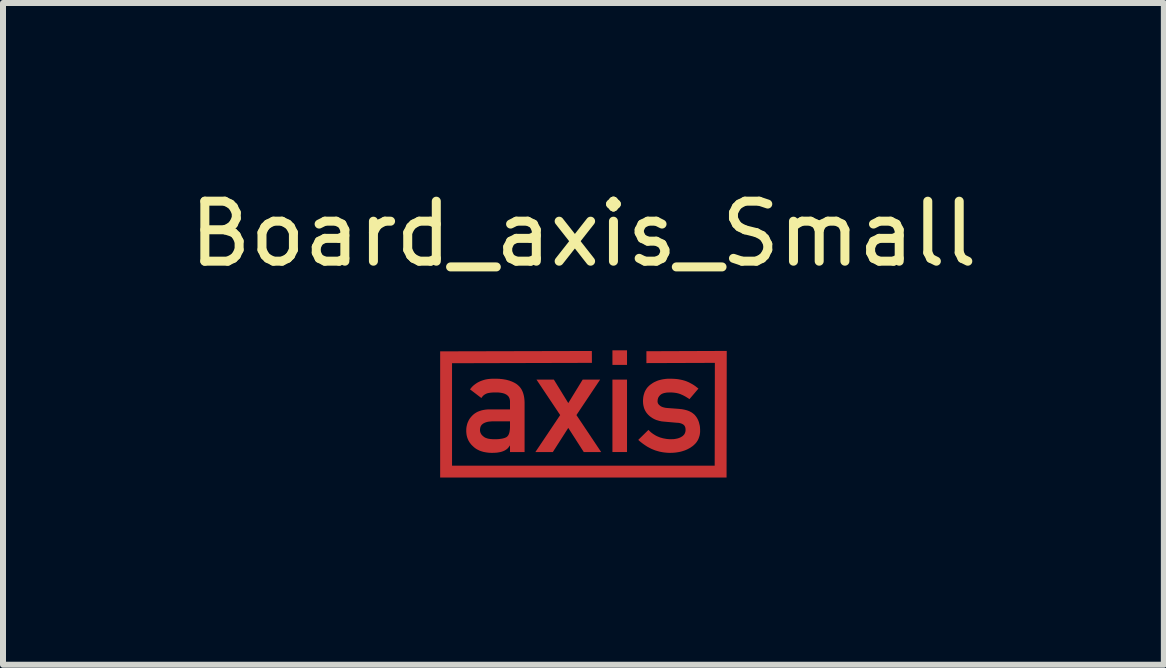
<source format=kicad_pcb>
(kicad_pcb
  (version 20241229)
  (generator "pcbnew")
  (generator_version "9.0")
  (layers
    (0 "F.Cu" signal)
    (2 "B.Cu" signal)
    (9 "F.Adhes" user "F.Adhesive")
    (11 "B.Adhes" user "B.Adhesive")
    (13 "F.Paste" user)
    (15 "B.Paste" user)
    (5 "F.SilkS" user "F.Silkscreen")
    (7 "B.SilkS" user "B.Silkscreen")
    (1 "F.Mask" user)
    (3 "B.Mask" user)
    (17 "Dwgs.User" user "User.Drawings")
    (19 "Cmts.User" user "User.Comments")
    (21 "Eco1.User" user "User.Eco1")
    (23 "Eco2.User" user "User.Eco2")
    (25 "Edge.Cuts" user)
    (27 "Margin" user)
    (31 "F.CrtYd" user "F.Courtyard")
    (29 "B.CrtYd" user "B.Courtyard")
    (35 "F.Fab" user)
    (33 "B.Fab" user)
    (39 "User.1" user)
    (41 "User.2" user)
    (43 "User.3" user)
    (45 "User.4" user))
  (footprint "Board_axis_Small"
    (layer "F.Cu")
    (at 6.673 3.848)
    (property "Reference" "Board_axis_Small" (at 0 -3 0) (unlocked yes) (layer "F.SilkS") (effects (font (size 1 1) (thickness 0.15))))
    (attr exclude_from_pos_files exclude_from_bom allow_missing_courtyard)
    (fp_poly (pts (xy 0.726 -0.817) (xy 0.483 -0.817) (xy 0.483 -1.06) (xy 0.726 -1.06)) (stroke (width 0) (type solid)) (fill yes) (layer "F.Cu"))
    (fp_poly (pts (xy 0.726 0.635) (xy 0.483 0.635) (xy 0.483 -0.572) (xy 0.726 -0.572)) (stroke (width 0) (type solid)) (fill yes) (layer "F.Cu"))
    (fp_poly (pts (xy -0.253 -0.181) (xy -0.013 -0.572) (xy 0.278 -0.572) (xy -0.117 0.019) (xy 0.295 0.635) (xy 0.005 0.635) (xy -0.253 0.233) (xy -0.51 0.635) (xy -0.801 0.635) (xy -0.388 0.019) (xy -0.783 -0.572) (xy -0.493 -0.572)) (stroke (width 0) (type solid)) (fill yes) (layer "F.Cu"))
    (fp_poly (pts (xy 2.385 1.06) (xy -2.388 1.06) (xy -2.388 -1.043) (xy 0.14 -1.049) (xy 0.141 -0.851) (xy -2.19 -0.845) (xy -2.19 0.862) (xy 2.187 0.862) (xy 2.19 -0.851) (xy 1.049 -0.847) (xy 1.049 -1.045) (xy 2.388 -1.05)) (stroke (width 0) (type solid)) (fill yes) (layer "F.Cu"))
    (fp_poly (pts (xy -1.455 -0.587) (xy -1.428 -0.586) (xy -1.401 -0.585) (xy -1.375 -0.582) (xy -1.35 -0.58) (xy -1.325 -0.576) (xy -1.301 -0.572) (xy -1.278 -0.567) (xy -1.256 -0.561) (xy -1.234 -0.555) (xy -1.213 -0.547) (xy -1.193 -0.54) (xy -1.174 -0.531) (xy -1.155 -0.522) (xy -1.137 -0.512) (xy -1.119 -0.501) (xy -1.103 -0.489) (xy -1.088 -0.476) (xy -1.073 -0.462) (xy -1.06 -0.448) (xy -1.048 -0.432) (xy -1.036 -0.415) (xy -1.026 -0.397) (xy -1.017 -0.378) (xy -1.009 -0.358) (xy -1.002 -0.337) (xy -0.996 -0.315) (xy -0.991 -0.292) (xy -0.987 -0.268) (xy -0.984 -0.243) (xy -0.982 -0.216) (xy -0.981 -0.189) (xy -0.981 0.635) (xy -1.224 0.635) (xy -1.224 0.528) (xy -1.229 0.528) (xy -1.233 0.536) (xy -1.238 0.543) (xy -1.243 0.55) (xy -1.248 0.557) (xy -1.253 0.563) (xy -1.259 0.57) (xy -1.265 0.576) (xy -1.272 0.581) (xy -1.278 0.587) (xy -1.285 0.592) (xy -1.293 0.597) (xy -1.3 0.602) (xy -1.308 0.607) (xy -1.316 0.611) (xy -1.325 0.615) (xy -1.333 0.619) (xy -1.342 0.622) (xy -1.352 0.626) (xy -1.361 0.629) (xy -1.372 0.632) (xy -1.382 0.635) (xy -1.393 0.637) (xy -1.405 0.639) (xy -1.416 0.641) (xy -1.441 0.645) (xy -1.468 0.647) (xy -1.496 0.648) (xy -1.526 0.649) (xy -1.551 0.648) (xy -1.575 0.647) (xy -1.599 0.644) (xy -1.622 0.641) (xy -1.644 0.637) (xy -1.665 0.633) (xy -1.686 0.627) (xy -1.705 0.621) (xy -1.725 0.614) (xy -1.743 0.606) (xy -1.761 0.597) (xy -1.778 0.588) (xy -1.794 0.578) (xy -1.809 0.567) (xy -1.824 0.555) (xy -1.838 0.542) (xy -1.852 0.529) (xy -1.865 0.516) (xy -1.877 0.502) (xy -1.888 0.487) (xy -1.899 0.473) (xy -1.908 0.457) (xy -1.917 0.442) (xy -1.924 0.426) (xy -1.931 0.409) (xy -1.937 0.392) (xy -1.942 0.374) (xy -1.946 0.357) (xy -1.949 0.338) (xy -1.951 0.319) (xy -1.953 0.3) (xy -1.953 0.28) (xy -1.953 0.269) (xy -1.724 0.269) (xy -1.724 0.276) (xy -1.723 0.284) (xy -1.722 0.291) (xy -1.72 0.298) (xy -1.719 0.305) (xy -1.716 0.312) (xy -1.713 0.319) (xy -1.71 0.326) (xy -1.707 0.332) (xy -1.703 0.338) (xy -1.698 0.345) (xy -1.693 0.351) (xy -1.688 0.357) (xy -1.682 0.362) (xy -1.676 0.368) (xy -1.669 0.373) (xy -1.663 0.379) (xy -1.655 0.385) (xy -1.647 0.39) (xy -1.639 0.394) (xy -1.63 0.399) (xy -1.62 0.402) (xy -1.61 0.406) (xy -1.6 0.409) (xy -1.589 0.412) (xy -1.577 0.414) (xy -1.565 0.416) (xy -1.552 0.418) (xy -1.539 0.419) (xy -1.525 0.42) (xy -1.511 0.421) (xy -1.496 0.421) (xy -1.478 0.421) (xy -1.46 0.421) (xy -1.442 0.421) (xy -1.426 0.42) (xy -1.41 0.419) (xy -1.394 0.417) (xy -1.38 0.415) (xy -1.366 0.413) (xy -1.353 0.411) (xy -1.341 0.408) (xy -1.329 0.405) (xy -1.318 0.402) (xy -1.308 0.398) (xy -1.298 0.394) (xy -1.289 0.39) (xy -1.281 0.385) (xy -1.274 0.38) (xy -1.268 0.374) (xy -1.262 0.367) (xy -1.256 0.36) (xy -1.251 0.352) (xy -1.246 0.342) (xy -1.242 0.333) (xy -1.238 0.322) (xy -1.235 0.311) (xy -1.232 0.299) (xy -1.23 0.286) (xy -1.228 0.272) (xy -1.226 0.258) (xy -1.225 0.243) (xy -1.224 0.227) (xy -1.224 0.211) (xy -1.224 0.123) (xy -1.515 0.123) (xy -1.54 0.125) (xy -1.553 0.126) (xy -1.564 0.127) (xy -1.576 0.128) (xy -1.587 0.13) (xy -1.597 0.132) (xy -1.607 0.134) (xy -1.617 0.137) (xy -1.626 0.14) (xy -1.635 0.143) (xy -1.643 0.146) (xy -1.651 0.15) (xy -1.659 0.154) (xy -1.666 0.158) (xy -1.673 0.162) (xy -1.679 0.167) (xy -1.685 0.172) (xy -1.691 0.177) (xy -1.696 0.182) (xy -1.7 0.188) (xy -1.705 0.194) (xy -1.708 0.2) (xy -1.712 0.207) (xy -1.715 0.214) (xy -1.717 0.221) (xy -1.719 0.228) (xy -1.721 0.236) (xy -1.722 0.244) (xy -1.723 0.252) (xy -1.724 0.26) (xy -1.724 0.269) (xy -1.953 0.269) (xy -1.953 0.262) (xy -1.952 0.243) (xy -1.95 0.225) (xy -1.947 0.208) (xy -1.943 0.19) (xy -1.939 0.174) (xy -1.934 0.157) (xy -1.928 0.141) (xy -1.921 0.126) (xy -1.914 0.11) (xy -1.906 0.096) (xy -1.897 0.081) (xy -1.887 0.067) (xy -1.876 0.054) (xy -1.865 0.041) (xy -1.853 0.028) (xy -1.84 0.016) (xy -1.827 0.004) (xy -1.812 -0.007) (xy -1.797 -0.017) (xy -1.782 -0.026) (xy -1.765 -0.035) (xy -1.748 -0.042) (xy -1.73 -0.049) (xy -1.711 -0.055) (xy -1.692 -0.061) (xy -1.672 -0.065) (xy -1.651 -0.069) (xy -1.629 -0.072) (xy -1.607 -0.074) (xy -1.584 -0.076) (xy -1.56 -0.076) (xy -1.224 -0.076) (xy -1.224 -0.203) (xy -1.224 -0.213) (xy -1.225 -0.223) (xy -1.226 -0.232) (xy -1.228 -0.241) (xy -1.23 -0.249) (xy -1.232 -0.257) (xy -1.235 -0.265) (xy -1.239 -0.273) (xy -1.243 -0.28) (xy -1.247 -0.287) (xy -1.252 -0.294) (xy -1.258 -0.3) (xy -1.264 -0.306) (xy -1.27 -0.311) (xy -1.277 -0.317) (xy -1.285 -0.322) (xy -1.293 -0.326) (xy -1.301 -0.331) (xy -1.32 -0.339) (xy -1.34 -0.345) (xy -1.362 -0.35) (xy -1.387 -0.354) (xy -1.413 -0.357) (xy -1.441 -0.358) (xy -1.472 -0.358) (xy -1.494 -0.358) (xy -1.515 -0.357) (xy -1.525 -0.356) (xy -1.534 -0.355) (xy -1.544 -0.355) (xy -1.553 -0.353) (xy -1.562 -0.352) (xy -1.57 -0.351) (xy -1.578 -0.349) (xy -1.586 -0.348) (xy -1.594 -0.346) (xy -1.601 -0.344) (xy -1.608 -0.342) (xy -1.615 -0.339) (xy -1.621 -0.336) (xy -1.628 -0.333) (xy -1.634 -0.33) (xy -1.641 -0.326) (xy -1.647 -0.323) (xy -1.652 -0.318) (xy -1.658 -0.314) (xy -1.664 -0.31) (xy -1.669 -0.305) (xy -1.674 -0.3) (xy -1.679 -0.295) (xy -1.684 -0.289) (xy -1.688 -0.283) (xy -1.693 -0.277) (xy -1.697 -0.271) (xy -1.701 -0.265) (xy -1.891 -0.41) (xy -1.873 -0.432) (xy -1.855 -0.453) (xy -1.835 -0.472) (xy -1.814 -0.489) (xy -1.792 -0.505) (xy -1.769 -0.52) (xy -1.745 -0.533) (xy -1.72 -0.545) (xy -1.694 -0.555) (xy -1.667 -0.564) (xy -1.639 -0.572) (xy -1.61 -0.578) (xy -1.58 -0.582) (xy -1.549 -0.585) (xy -1.516 -0.587) (xy -1.483 -0.587)) (stroke (width 0) (type solid)) (fill yes) (layer "F.Cu"))
    (fp_poly (pts (xy 1.463 -0.587) (xy 1.483 -0.586) (xy 1.502 -0.585) (xy 1.521 -0.584) (xy 1.54 -0.583) (xy 1.558 -0.581) (xy 1.575 -0.579) (xy 1.592 -0.576) (xy 1.608 -0.573) (xy 1.625 -0.57) (xy 1.641 -0.566) (xy 1.656 -0.563) (xy 1.672 -0.558) (xy 1.687 -0.554) (xy 1.702 -0.549) (xy 1.716 -0.544) (xy 1.73 -0.538) (xy 1.744 -0.532) (xy 1.758 -0.526) (xy 1.771 -0.519) (xy 1.784 -0.512) (xy 1.797 -0.505) (xy 1.81 -0.498) (xy 1.822 -0.491) (xy 1.835 -0.483) (xy 1.847 -0.475) (xy 1.859 -0.467) (xy 1.871 -0.458) (xy 1.882 -0.449) (xy 1.894 -0.44) (xy 1.905 -0.431) (xy 1.916 -0.422) (xy 1.766 -0.246) (xy 1.749 -0.259) (xy 1.731 -0.27) (xy 1.713 -0.281) (xy 1.695 -0.292) (xy 1.676 -0.302) (xy 1.657 -0.312) (xy 1.638 -0.32) (xy 1.619 -0.329) (xy 1.609 -0.332) (xy 1.599 -0.336) (xy 1.589 -0.339) (xy 1.579 -0.342) (xy 1.569 -0.344) (xy 1.558 -0.347) (xy 1.547 -0.349) (xy 1.536 -0.351) (xy 1.525 -0.352) (xy 1.514 -0.354) (xy 1.491 -0.356) (xy 1.467 -0.358) (xy 1.442 -0.358) (xy 1.428 -0.358) (xy 1.415 -0.357) (xy 1.402 -0.357) (xy 1.389 -0.356) (xy 1.378 -0.354) (xy 1.366 -0.352) (xy 1.355 -0.35) (xy 1.345 -0.348) (xy 1.335 -0.345) (xy 1.326 -0.342) (xy 1.318 -0.339) (xy 1.31 -0.335) (xy 1.302 -0.331) (xy 1.295 -0.327) (xy 1.289 -0.322) (xy 1.283 -0.317) (xy 1.277 -0.312) (xy 1.272 -0.307) (xy 1.267 -0.301) (xy 1.262 -0.295) (xy 1.258 -0.29) (xy 1.254 -0.283) (xy 1.25 -0.277) (xy 1.247 -0.271) (xy 1.244 -0.264) (xy 1.242 -0.257) (xy 1.24 -0.25) (xy 1.238 -0.243) (xy 1.237 -0.236) (xy 1.236 -0.228) (xy 1.236 -0.22) (xy 1.235 -0.212) (xy 1.235 -0.207) (xy 1.235 -0.202) (xy 1.236 -0.198) (xy 1.237 -0.193) (xy 1.238 -0.188) (xy 1.239 -0.183) (xy 1.241 -0.179) (xy 1.243 -0.174) (xy 1.245 -0.17) (xy 1.248 -0.166) (xy 1.251 -0.162) (xy 1.255 -0.157) (xy 1.258 -0.153) (xy 1.262 -0.149) (xy 1.267 -0.145) (xy 1.271 -0.142) (xy 1.276 -0.138) (xy 1.281 -0.134) (xy 1.286 -0.13) (xy 1.292 -0.126) (xy 1.298 -0.123) (xy 1.305 -0.12) (xy 1.312 -0.117) (xy 1.319 -0.114) (xy 1.327 -0.112) (xy 1.336 -0.109) (xy 1.344 -0.107) (xy 1.354 -0.105) (xy 1.363 -0.103) (xy 1.373 -0.101) (xy 1.384 -0.1) (xy 1.394 -0.099) (xy 1.594 -0.084) (xy 1.618 -0.081) (xy 1.64 -0.079) (xy 1.661 -0.075) (xy 1.682 -0.071) (xy 1.702 -0.066) (xy 1.721 -0.061) (xy 1.739 -0.055) (xy 1.757 -0.048) (xy 1.773 -0.041) (xy 1.789 -0.032) (xy 1.804 -0.024) (xy 1.818 -0.014) (xy 1.831 -0.004) (xy 1.844 0.007) (xy 1.856 0.018) (xy 1.866 0.031) (xy 1.876 0.043) (xy 1.885 0.056) (xy 1.893 0.069) (xy 1.901 0.083) (xy 1.908 0.097) (xy 1.914 0.111) (xy 1.92 0.126) (xy 1.925 0.141) (xy 1.929 0.157) (xy 1.933 0.173) (xy 1.937 0.189) (xy 1.94 0.206) (xy 1.942 0.224) (xy 1.943 0.241) (xy 1.944 0.26) (xy 1.944 0.278) (xy 1.944 0.3) (xy 1.942 0.321) (xy 1.939 0.341) (xy 1.935 0.361) (xy 1.929 0.38) (xy 1.923 0.398) (xy 1.92 0.407) (xy 1.916 0.416) (xy 1.912 0.425) (xy 1.908 0.434) (xy 1.903 0.442) (xy 1.898 0.45) (xy 1.893 0.458) (xy 1.887 0.466) (xy 1.882 0.474) (xy 1.876 0.482) (xy 1.87 0.489) (xy 1.863 0.496) (xy 1.849 0.51) (xy 1.834 0.524) (xy 1.818 0.537) (xy 1.801 0.549) (xy 1.784 0.561) (xy 1.765 0.572) (xy 1.746 0.582) (xy 1.727 0.592) (xy 1.706 0.601) (xy 1.686 0.609) (xy 1.664 0.616) (xy 1.642 0.623) (xy 1.62 0.629) (xy 1.597 0.634) (xy 1.573 0.638) (xy 1.548 0.642) (xy 1.523 0.645) (xy 1.498 0.647) (xy 1.471 0.648) (xy 1.444 0.649) (xy 1.408 0.648) (xy 1.372 0.645) (xy 1.336 0.641) (xy 1.3 0.635) (xy 1.266 0.628) (xy 1.231 0.618) (xy 1.197 0.608) (xy 1.164 0.595) (xy 1.131 0.581) (xy 1.098 0.564) (xy 1.066 0.547) (xy 1.035 0.527) (xy 1.004 0.506) (xy 0.973 0.483) (xy 0.943 0.459) (xy 0.913 0.433) (xy 1.083 0.266) (xy 1.102 0.285) (xy 1.121 0.303) (xy 1.141 0.319) (xy 1.162 0.334) (xy 1.184 0.348) (xy 1.206 0.361) (xy 1.228 0.372) (xy 1.252 0.382) (xy 1.276 0.392) (xy 1.301 0.399) (xy 1.326 0.406) (xy 1.353 0.411) (xy 1.38 0.416) (xy 1.407 0.419) (xy 1.435 0.421) (xy 1.464 0.421) (xy 1.477 0.421) (xy 1.49 0.42) (xy 1.502 0.42) (xy 1.514 0.419) (xy 1.526 0.417) (xy 1.537 0.415) (xy 1.548 0.413) (xy 1.559 0.411) (xy 1.57 0.408) (xy 1.58 0.405) (xy 1.59 0.402) (xy 1.6 0.398) (xy 1.609 0.394) (xy 1.618 0.39) (xy 1.627 0.385) (xy 1.635 0.38) (xy 1.643 0.375) (xy 1.651 0.37) (xy 1.658 0.364) (xy 1.664 0.358) (xy 1.67 0.352) (xy 1.676 0.345) (xy 1.681 0.339) (xy 1.685 0.332) (xy 1.689 0.324) (xy 1.692 0.317) (xy 1.695 0.309) (xy 1.697 0.301) (xy 1.699 0.293) (xy 1.701 0.284) (xy 1.701 0.275) (xy 1.702 0.266) (xy 1.701 0.258) (xy 1.701 0.251) (xy 1.7 0.243) (xy 1.699 0.236) (xy 1.698 0.23) (xy 1.696 0.223) (xy 1.695 0.22) (xy 1.694 0.217) (xy 1.693 0.214) (xy 1.692 0.211) (xy 1.69 0.209) (xy 1.689 0.206) (xy 1.688 0.203) (xy 1.686 0.201) (xy 1.685 0.198) (xy 1.683 0.196) (xy 1.681 0.193) (xy 1.679 0.191) (xy 1.677 0.189) (xy 1.675 0.187) (xy 1.673 0.185) (xy 1.671 0.183) (xy 1.669 0.181) (xy 1.667 0.179) (xy 1.664 0.177) (xy 1.662 0.176) (xy 1.657 0.173) (xy 1.651 0.169) (xy 1.646 0.167) (xy 1.64 0.164) (xy 1.634 0.161) (xy 1.628 0.159) (xy 1.621 0.157) (xy 1.614 0.155) (xy 1.608 0.153) (xy 1.6 0.152) (xy 1.593 0.15) (xy 1.586 0.149) (xy 1.578 0.148) (xy 1.57 0.148) (xy 1.562 0.147) (xy 1.554 0.147) (xy 1.34 0.128) (xy 1.321 0.126) (xy 1.302 0.124) (xy 1.285 0.12) (xy 1.267 0.117) (xy 1.25 0.112) (xy 1.234 0.107) (xy 1.217 0.102) (xy 1.202 0.096) (xy 1.186 0.089) (xy 1.172 0.082) (xy 1.157 0.074) (xy 1.143 0.065) (xy 1.13 0.056) (xy 1.117 0.047) (xy 1.104 0.037) (xy 1.092 0.026) (xy 1.08 0.015) (xy 1.069 0.003) (xy 1.059 -0.009) (xy 1.049 -0.021) (xy 1.041 -0.035) (xy 1.032 -0.048) (xy 1.025 -0.063) (xy 1.018 -0.077) (xy 1.012 -0.093) (xy 1.007 -0.108) (xy 1.003 -0.125) (xy 0.999 -0.142) (xy 0.996 -0.159) (xy 0.994 -0.177) (xy 0.993 -0.196) (xy 0.992 -0.215) (xy 0.993 -0.238) (xy 0.995 -0.26) (xy 0.997 -0.281) (xy 1.001 -0.302) (xy 1.006 -0.322) (xy 1.012 -0.341) (xy 1.018 -0.36) (xy 1.026 -0.378) (xy 1.035 -0.395) (xy 1.045 -0.411) (xy 1.055 -0.427) (xy 1.067 -0.442) (xy 1.08 -0.456) (xy 1.093 -0.469) (xy 1.108 -0.482) (xy 1.124 -0.494) (xy 1.14 -0.505) (xy 1.156 -0.516) (xy 1.173 -0.526) (xy 1.191 -0.535) (xy 1.209 -0.543) (xy 1.227 -0.551) (xy 1.246 -0.558) (xy 1.266 -0.564) (xy 1.286 -0.569) (xy 1.307 -0.574) (xy 1.328 -0.578) (xy 1.35 -0.581) (xy 1.372 -0.584) (xy 1.395 -0.586) (xy 1.418 -0.587) (xy 1.442 -0.587)) (stroke (width 0) (type solid)) (fill yes) (layer "F.Cu"))
    (fp_poly (pts (xy 0.726 -0.817) (xy 0.483 -0.817) (xy 0.483 -1.06) (xy 0.726 -1.06)) (stroke (width 0) (type solid)) (fill yes) (layer "F.Mask"))
    (fp_poly (pts (xy 0.726 0.635) (xy 0.483 0.635) (xy 0.483 -0.572) (xy 0.726 -0.572)) (stroke (width 0) (type solid)) (fill yes) (layer "F.Mask"))
    (fp_poly (pts (xy -0.253 -0.181) (xy -0.013 -0.572) (xy 0.278 -0.572) (xy -0.117 0.019) (xy 0.295 0.635) (xy 0.005 0.635) (xy -0.253 0.233) (xy -0.51 0.635) (xy -0.801 0.635) (xy -0.388 0.019) (xy -0.783 -0.572) (xy -0.493 -0.572)) (stroke (width 0) (type solid)) (fill yes) (layer "F.Mask"))
    (fp_poly (pts (xy 2.385 1.06) (xy -2.388 1.06) (xy -2.388 -1.043) (xy 0.14 -1.049) (xy 0.141 -0.851) (xy -2.19 -0.845) (xy -2.19 0.862) (xy 2.187 0.862) (xy 2.19 -0.851) (xy 1.049 -0.847) (xy 1.049 -1.045) (xy 2.388 -1.05)) (stroke (width 0) (type solid)) (fill yes) (layer "F.Mask"))
    (fp_poly (pts (xy -1.455 -0.587) (xy -1.428 -0.586) (xy -1.401 -0.585) (xy -1.375 -0.582) (xy -1.35 -0.58) (xy -1.325 -0.576) (xy -1.301 -0.572) (xy -1.278 -0.567) (xy -1.256 -0.561) (xy -1.234 -0.555) (xy -1.213 -0.547) (xy -1.193 -0.54) (xy -1.174 -0.531) (xy -1.155 -0.522) (xy -1.137 -0.512) (xy -1.119 -0.501) (xy -1.103 -0.489) (xy -1.088 -0.476) (xy -1.073 -0.462) (xy -1.06 -0.448) (xy -1.048 -0.432) (xy -1.036 -0.415) (xy -1.026 -0.397) (xy -1.017 -0.378) (xy -1.009 -0.358) (xy -1.002 -0.337) (xy -0.996 -0.315) (xy -0.991 -0.292) (xy -0.987 -0.268) (xy -0.984 -0.243) (xy -0.982 -0.216) (xy -0.981 -0.189) (xy -0.981 0.635) (xy -1.224 0.635) (xy -1.224 0.528) (xy -1.229 0.528) (xy -1.233 0.536) (xy -1.238 0.543) (xy -1.243 0.55) (xy -1.248 0.557) (xy -1.253 0.563) (xy -1.259 0.57) (xy -1.265 0.576) (xy -1.272 0.581) (xy -1.278 0.587) (xy -1.285 0.592) (xy -1.293 0.597) (xy -1.3 0.602) (xy -1.308 0.607) (xy -1.316 0.611) (xy -1.325 0.615) (xy -1.333 0.619) (xy -1.342 0.622) (xy -1.352 0.626) (xy -1.361 0.629) (xy -1.372 0.632) (xy -1.382 0.635) (xy -1.393 0.637) (xy -1.405 0.639) (xy -1.416 0.641) (xy -1.441 0.645) (xy -1.468 0.647) (xy -1.496 0.648) (xy -1.526 0.649) (xy -1.551 0.648) (xy -1.575 0.647) (xy -1.599 0.644) (xy -1.622 0.641) (xy -1.644 0.637) (xy -1.665 0.633) (xy -1.686 0.627) (xy -1.705 0.621) (xy -1.725 0.614) (xy -1.743 0.606) (xy -1.761 0.597) (xy -1.778 0.588) (xy -1.794 0.578) (xy -1.809 0.567) (xy -1.824 0.555) (xy -1.838 0.542) (xy -1.852 0.529) (xy -1.865 0.516) (xy -1.877 0.502) (xy -1.888 0.487) (xy -1.899 0.473) (xy -1.908 0.457) (xy -1.917 0.442) (xy -1.924 0.426) (xy -1.931 0.409) (xy -1.937 0.392) (xy -1.942 0.374) (xy -1.946 0.357) (xy -1.949 0.338) (xy -1.951 0.319) (xy -1.953 0.3) (xy -1.953 0.28) (xy -1.953 0.269) (xy -1.724 0.269) (xy -1.724 0.276) (xy -1.723 0.284) (xy -1.722 0.291) (xy -1.72 0.298) (xy -1.719 0.305) (xy -1.716 0.312) (xy -1.713 0.319) (xy -1.71 0.326) (xy -1.707 0.332) (xy -1.703 0.338) (xy -1.698 0.345) (xy -1.693 0.351) (xy -1.688 0.357) (xy -1.682 0.362) (xy -1.676 0.368) (xy -1.669 0.373) (xy -1.663 0.379) (xy -1.655 0.385) (xy -1.647 0.39) (xy -1.639 0.394) (xy -1.63 0.399) (xy -1.62 0.402) (xy -1.61 0.406) (xy -1.6 0.409) (xy -1.589 0.412) (xy -1.577 0.414) (xy -1.565 0.416) (xy -1.552 0.418) (xy -1.539 0.419) (xy -1.525 0.42) (xy -1.511 0.421) (xy -1.496 0.421) (xy -1.478 0.421) (xy -1.46 0.421) (xy -1.442 0.421) (xy -1.426 0.42) (xy -1.41 0.419) (xy -1.394 0.417) (xy -1.38 0.415) (xy -1.366 0.413) (xy -1.353 0.411) (xy -1.341 0.408) (xy -1.329 0.405) (xy -1.318 0.402) (xy -1.308 0.398) (xy -1.298 0.394) (xy -1.289 0.39) (xy -1.281 0.385) (xy -1.274 0.38) (xy -1.268 0.374) (xy -1.262 0.367) (xy -1.256 0.36) (xy -1.251 0.352) (xy -1.246 0.342) (xy -1.242 0.333) (xy -1.238 0.322) (xy -1.235 0.311) (xy -1.232 0.299) (xy -1.23 0.286) (xy -1.228 0.272) (xy -1.226 0.258) (xy -1.225 0.243) (xy -1.224 0.227) (xy -1.224 0.211) (xy -1.224 0.123) (xy -1.515 0.123) (xy -1.54 0.125) (xy -1.553 0.126) (xy -1.564 0.127) (xy -1.576 0.128) (xy -1.587 0.13) (xy -1.597 0.132) (xy -1.607 0.134) (xy -1.617 0.137) (xy -1.626 0.14) (xy -1.635 0.143) (xy -1.643 0.146) (xy -1.651 0.15) (xy -1.659 0.154) (xy -1.666 0.158) (xy -1.673 0.162) (xy -1.679 0.167) (xy -1.685 0.172) (xy -1.691 0.177) (xy -1.696 0.182) (xy -1.7 0.188) (xy -1.705 0.194) (xy -1.708 0.2) (xy -1.712 0.207) (xy -1.715 0.214) (xy -1.717 0.221) (xy -1.719 0.228) (xy -1.721 0.236) (xy -1.722 0.244) (xy -1.723 0.252) (xy -1.724 0.26) (xy -1.724 0.269) (xy -1.953 0.269) (xy -1.953 0.262) (xy -1.952 0.243) (xy -1.95 0.225) (xy -1.947 0.208) (xy -1.943 0.19) (xy -1.939 0.174) (xy -1.934 0.157) (xy -1.928 0.141) (xy -1.921 0.126) (xy -1.914 0.11) (xy -1.906 0.096) (xy -1.897 0.081) (xy -1.887 0.067) (xy -1.876 0.054) (xy -1.865 0.041) (xy -1.853 0.028) (xy -1.84 0.016) (xy -1.827 0.004) (xy -1.812 -0.007) (xy -1.797 -0.017) (xy -1.782 -0.026) (xy -1.765 -0.035) (xy -1.748 -0.042) (xy -1.73 -0.049) (xy -1.711 -0.055) (xy -1.692 -0.061) (xy -1.672 -0.065) (xy -1.651 -0.069) (xy -1.629 -0.072) (xy -1.607 -0.074) (xy -1.584 -0.076) (xy -1.56 -0.076) (xy -1.224 -0.076) (xy -1.224 -0.203) (xy -1.224 -0.213) (xy -1.225 -0.223) (xy -1.226 -0.232) (xy -1.228 -0.241) (xy -1.23 -0.249) (xy -1.232 -0.257) (xy -1.235 -0.265) (xy -1.239 -0.273) (xy -1.243 -0.28) (xy -1.247 -0.287) (xy -1.252 -0.294) (xy -1.258 -0.3) (xy -1.264 -0.306) (xy -1.27 -0.311) (xy -1.277 -0.317) (xy -1.285 -0.322) (xy -1.293 -0.326) (xy -1.301 -0.331) (xy -1.32 -0.339) (xy -1.34 -0.345) (xy -1.362 -0.35) (xy -1.387 -0.354) (xy -1.413 -0.357) (xy -1.441 -0.358) (xy -1.472 -0.358) (xy -1.494 -0.358) (xy -1.515 -0.357) (xy -1.525 -0.356) (xy -1.534 -0.355) (xy -1.544 -0.355) (xy -1.553 -0.353) (xy -1.562 -0.352) (xy -1.57 -0.351) (xy -1.578 -0.349) (xy -1.586 -0.348) (xy -1.594 -0.346) (xy -1.601 -0.344) (xy -1.608 -0.342) (xy -1.615 -0.339) (xy -1.621 -0.336) (xy -1.628 -0.333) (xy -1.634 -0.33) (xy -1.641 -0.326) (xy -1.647 -0.323) (xy -1.652 -0.318) (xy -1.658 -0.314) (xy -1.664 -0.31) (xy -1.669 -0.305) (xy -1.674 -0.3) (xy -1.679 -0.295) (xy -1.684 -0.289) (xy -1.688 -0.283) (xy -1.693 -0.277) (xy -1.697 -0.271) (xy -1.701 -0.265) (xy -1.891 -0.41) (xy -1.873 -0.432) (xy -1.855 -0.453) (xy -1.835 -0.472) (xy -1.814 -0.489) (xy -1.792 -0.505) (xy -1.769 -0.52) (xy -1.745 -0.533) (xy -1.72 -0.545) (xy -1.694 -0.555) (xy -1.667 -0.564) (xy -1.639 -0.572) (xy -1.61 -0.578) (xy -1.58 -0.582) (xy -1.549 -0.585) (xy -1.516 -0.587) (xy -1.483 -0.587)) (stroke (width 0) (type solid)) (fill yes) (layer "F.Mask"))
    (fp_poly (pts (xy 1.463 -0.587) (xy 1.483 -0.586) (xy 1.502 -0.585) (xy 1.521 -0.584) (xy 1.54 -0.583) (xy 1.558 -0.581) (xy 1.575 -0.579) (xy 1.592 -0.576) (xy 1.608 -0.573) (xy 1.625 -0.57) (xy 1.641 -0.566) (xy 1.656 -0.563) (xy 1.672 -0.558) (xy 1.687 -0.554) (xy 1.702 -0.549) (xy 1.716 -0.544) (xy 1.73 -0.538) (xy 1.744 -0.532) (xy 1.758 -0.526) (xy 1.771 -0.519) (xy 1.784 -0.512) (xy 1.797 -0.505) (xy 1.81 -0.498) (xy 1.822 -0.491) (xy 1.835 -0.483) (xy 1.847 -0.475) (xy 1.859 -0.467) (xy 1.871 -0.458) (xy 1.882 -0.449) (xy 1.894 -0.44) (xy 1.905 -0.431) (xy 1.916 -0.422) (xy 1.766 -0.246) (xy 1.749 -0.259) (xy 1.731 -0.27) (xy 1.713 -0.281) (xy 1.695 -0.292) (xy 1.676 -0.302) (xy 1.657 -0.312) (xy 1.638 -0.32) (xy 1.619 -0.329) (xy 1.609 -0.332) (xy 1.599 -0.336) (xy 1.589 -0.339) (xy 1.579 -0.342) (xy 1.569 -0.344) (xy 1.558 -0.347) (xy 1.547 -0.349) (xy 1.536 -0.351) (xy 1.525 -0.352) (xy 1.514 -0.354) (xy 1.491 -0.356) (xy 1.467 -0.358) (xy 1.442 -0.358) (xy 1.428 -0.358) (xy 1.415 -0.357) (xy 1.402 -0.357) (xy 1.389 -0.356) (xy 1.378 -0.354) (xy 1.366 -0.352) (xy 1.355 -0.35) (xy 1.345 -0.348) (xy 1.335 -0.345) (xy 1.326 -0.342) (xy 1.318 -0.339) (xy 1.31 -0.335) (xy 1.302 -0.331) (xy 1.295 -0.327) (xy 1.289 -0.322) (xy 1.283 -0.317) (xy 1.277 -0.312) (xy 1.272 -0.307) (xy 1.267 -0.301) (xy 1.262 -0.295) (xy 1.258 -0.29) (xy 1.254 -0.283) (xy 1.25 -0.277) (xy 1.247 -0.271) (xy 1.244 -0.264) (xy 1.242 -0.257) (xy 1.24 -0.25) (xy 1.238 -0.243) (xy 1.237 -0.236) (xy 1.236 -0.228) (xy 1.236 -0.22) (xy 1.235 -0.212) (xy 1.235 -0.207) (xy 1.235 -0.202) (xy 1.236 -0.198) (xy 1.237 -0.193) (xy 1.238 -0.188) (xy 1.239 -0.183) (xy 1.241 -0.179) (xy 1.243 -0.174) (xy 1.245 -0.17) (xy 1.248 -0.166) (xy 1.251 -0.162) (xy 1.255 -0.157) (xy 1.258 -0.153) (xy 1.262 -0.149) (xy 1.267 -0.145) (xy 1.271 -0.142) (xy 1.276 -0.138) (xy 1.281 -0.134) (xy 1.286 -0.13) (xy 1.292 -0.126) (xy 1.298 -0.123) (xy 1.305 -0.12) (xy 1.312 -0.117) (xy 1.319 -0.114) (xy 1.327 -0.112) (xy 1.336 -0.109) (xy 1.344 -0.107) (xy 1.354 -0.105) (xy 1.363 -0.103) (xy 1.373 -0.101) (xy 1.384 -0.1) (xy 1.394 -0.099) (xy 1.594 -0.084) (xy 1.618 -0.081) (xy 1.64 -0.079) (xy 1.661 -0.075) (xy 1.682 -0.071) (xy 1.702 -0.066) (xy 1.721 -0.061) (xy 1.739 -0.055) (xy 1.757 -0.048) (xy 1.773 -0.041) (xy 1.789 -0.032) (xy 1.804 -0.024) (xy 1.818 -0.014) (xy 1.831 -0.004) (xy 1.844 0.007) (xy 1.856 0.018) (xy 1.866 0.031) (xy 1.876 0.043) (xy 1.885 0.056) (xy 1.893 0.069) (xy 1.901 0.083) (xy 1.908 0.097) (xy 1.914 0.111) (xy 1.92 0.126) (xy 1.925 0.141) (xy 1.929 0.157) (xy 1.933 0.173) (xy 1.937 0.189) (xy 1.94 0.206) (xy 1.942 0.224) (xy 1.943 0.241) (xy 1.944 0.26) (xy 1.944 0.278) (xy 1.944 0.3) (xy 1.942 0.321) (xy 1.939 0.341) (xy 1.935 0.361) (xy 1.929 0.38) (xy 1.923 0.398) (xy 1.92 0.407) (xy 1.916 0.416) (xy 1.912 0.425) (xy 1.908 0.434) (xy 1.903 0.442) (xy 1.898 0.45) (xy 1.893 0.458) (xy 1.887 0.466) (xy 1.882 0.474) (xy 1.876 0.482) (xy 1.87 0.489) (xy 1.863 0.496) (xy 1.849 0.51) (xy 1.834 0.524) (xy 1.818 0.537) (xy 1.801 0.549) (xy 1.784 0.561) (xy 1.765 0.572) (xy 1.746 0.582) (xy 1.727 0.592) (xy 1.706 0.601) (xy 1.686 0.609) (xy 1.664 0.616) (xy 1.642 0.623) (xy 1.62 0.629) (xy 1.597 0.634) (xy 1.573 0.638) (xy 1.548 0.642) (xy 1.523 0.645) (xy 1.498 0.647) (xy 1.471 0.648) (xy 1.444 0.649) (xy 1.408 0.648) (xy 1.372 0.645) (xy 1.336 0.641) (xy 1.3 0.635) (xy 1.266 0.628) (xy 1.231 0.618) (xy 1.197 0.608) (xy 1.164 0.595) (xy 1.131 0.581) (xy 1.098 0.564) (xy 1.066 0.547) (xy 1.035 0.527) (xy 1.004 0.506) (xy 0.973 0.483) (xy 0.943 0.459) (xy 0.913 0.433) (xy 1.083 0.266) (xy 1.102 0.285) (xy 1.121 0.303) (xy 1.141 0.319) (xy 1.162 0.334) (xy 1.184 0.348) (xy 1.206 0.361) (xy 1.228 0.372) (xy 1.252 0.382) (xy 1.276 0.392) (xy 1.301 0.399) (xy 1.326 0.406) (xy 1.353 0.411) (xy 1.38 0.416) (xy 1.407 0.419) (xy 1.435 0.421) (xy 1.464 0.421) (xy 1.477 0.421) (xy 1.49 0.42) (xy 1.502 0.42) (xy 1.514 0.419) (xy 1.526 0.417) (xy 1.537 0.415) (xy 1.548 0.413) (xy 1.559 0.411) (xy 1.57 0.408) (xy 1.58 0.405) (xy 1.59 0.402) (xy 1.6 0.398) (xy 1.609 0.394) (xy 1.618 0.39) (xy 1.627 0.385) (xy 1.635 0.38) (xy 1.643 0.375) (xy 1.651 0.37) (xy 1.658 0.364) (xy 1.664 0.358) (xy 1.67 0.352) (xy 1.676 0.345) (xy 1.681 0.339) (xy 1.685 0.332) (xy 1.689 0.324) (xy 1.692 0.317) (xy 1.695 0.309) (xy 1.697 0.301) (xy 1.699 0.293) (xy 1.701 0.284) (xy 1.701 0.275) (xy 1.702 0.266) (xy 1.701 0.258) (xy 1.701 0.251) (xy 1.7 0.243) (xy 1.699 0.236) (xy 1.698 0.23) (xy 1.696 0.223) (xy 1.695 0.22) (xy 1.694 0.217) (xy 1.693 0.214) (xy 1.692 0.211) (xy 1.69 0.209) (xy 1.689 0.206) (xy 1.688 0.203) (xy 1.686 0.201) (xy 1.685 0.198) (xy 1.683 0.196) (xy 1.681 0.193) (xy 1.679 0.191) (xy 1.677 0.189) (xy 1.675 0.187) (xy 1.673 0.185) (xy 1.671 0.183) (xy 1.669 0.181) (xy 1.667 0.179) (xy 1.664 0.177) (xy 1.662 0.176) (xy 1.657 0.173) (xy 1.651 0.169) (xy 1.646 0.167) (xy 1.64 0.164) (xy 1.634 0.161) (xy 1.628 0.159) (xy 1.621 0.157) (xy 1.614 0.155) (xy 1.608 0.153) (xy 1.6 0.152) (xy 1.593 0.15) (xy 1.586 0.149) (xy 1.578 0.148) (xy 1.57 0.148) (xy 1.562 0.147) (xy 1.554 0.147) (xy 1.34 0.128) (xy 1.321 0.126) (xy 1.302 0.124) (xy 1.285 0.12) (xy 1.267 0.117) (xy 1.25 0.112) (xy 1.234 0.107) (xy 1.217 0.102) (xy 1.202 0.096) (xy 1.186 0.089) (xy 1.172 0.082) (xy 1.157 0.074) (xy 1.143 0.065) (xy 1.13 0.056) (xy 1.117 0.047) (xy 1.104 0.037) (xy 1.092 0.026) (xy 1.08 0.015) (xy 1.069 0.003) (xy 1.059 -0.009) (xy 1.049 -0.021) (xy 1.041 -0.035) (xy 1.032 -0.048) (xy 1.025 -0.063) (xy 1.018 -0.077) (xy 1.012 -0.093) (xy 1.007 -0.108) (xy 1.003 -0.125) (xy 0.999 -0.142) (xy 0.996 -0.159) (xy 0.994 -0.177) (xy 0.993 -0.196) (xy 0.992 -0.215) (xy 0.993 -0.238) (xy 0.995 -0.26) (xy 0.997 -0.281) (xy 1.001 -0.302) (xy 1.006 -0.322) (xy 1.012 -0.341) (xy 1.018 -0.36) (xy 1.026 -0.378) (xy 1.035 -0.395) (xy 1.045 -0.411) (xy 1.055 -0.427) (xy 1.067 -0.442) (xy 1.08 -0.456) (xy 1.093 -0.469) (xy 1.108 -0.482) (xy 1.124 -0.494) (xy 1.14 -0.505) (xy 1.156 -0.516) (xy 1.173 -0.526) (xy 1.191 -0.535) (xy 1.209 -0.543) (xy 1.227 -0.551) (xy 1.246 -0.558) (xy 1.266 -0.564) (xy 1.286 -0.569) (xy 1.307 -0.574) (xy 1.328 -0.578) (xy 1.35 -0.581) (xy 1.372 -0.584) (xy 1.395 -0.586) (xy 1.418 -0.587) (xy 1.442 -0.587)) (stroke (width 0) (type solid)) (fill yes) (layer "F.Mask"))
    (zone (net_name "") (layer "F.Cu") (hatch edge 0.508) (connect_pads) (min_thickness 0.254) (filled_areas_thickness no) (keepout (tracks not_allowed) (vias not_allowed) (pads not_allowed) (copperpour not_allowed) (footprints not_allowed)) (placement (enabled no)) (fill) (polygon (pts (xy 9.344 5.028) (xy 4.045 5.028) (xy 4.045 2.7) (xy 9.344 2.7)))))
  (gr_rect
    (start -3 -3)
    (end 16.345 8.028)
    (stroke (width 0.1) (type default))
    (fill no)
    (layer "Edge.Cuts")))
</source>
